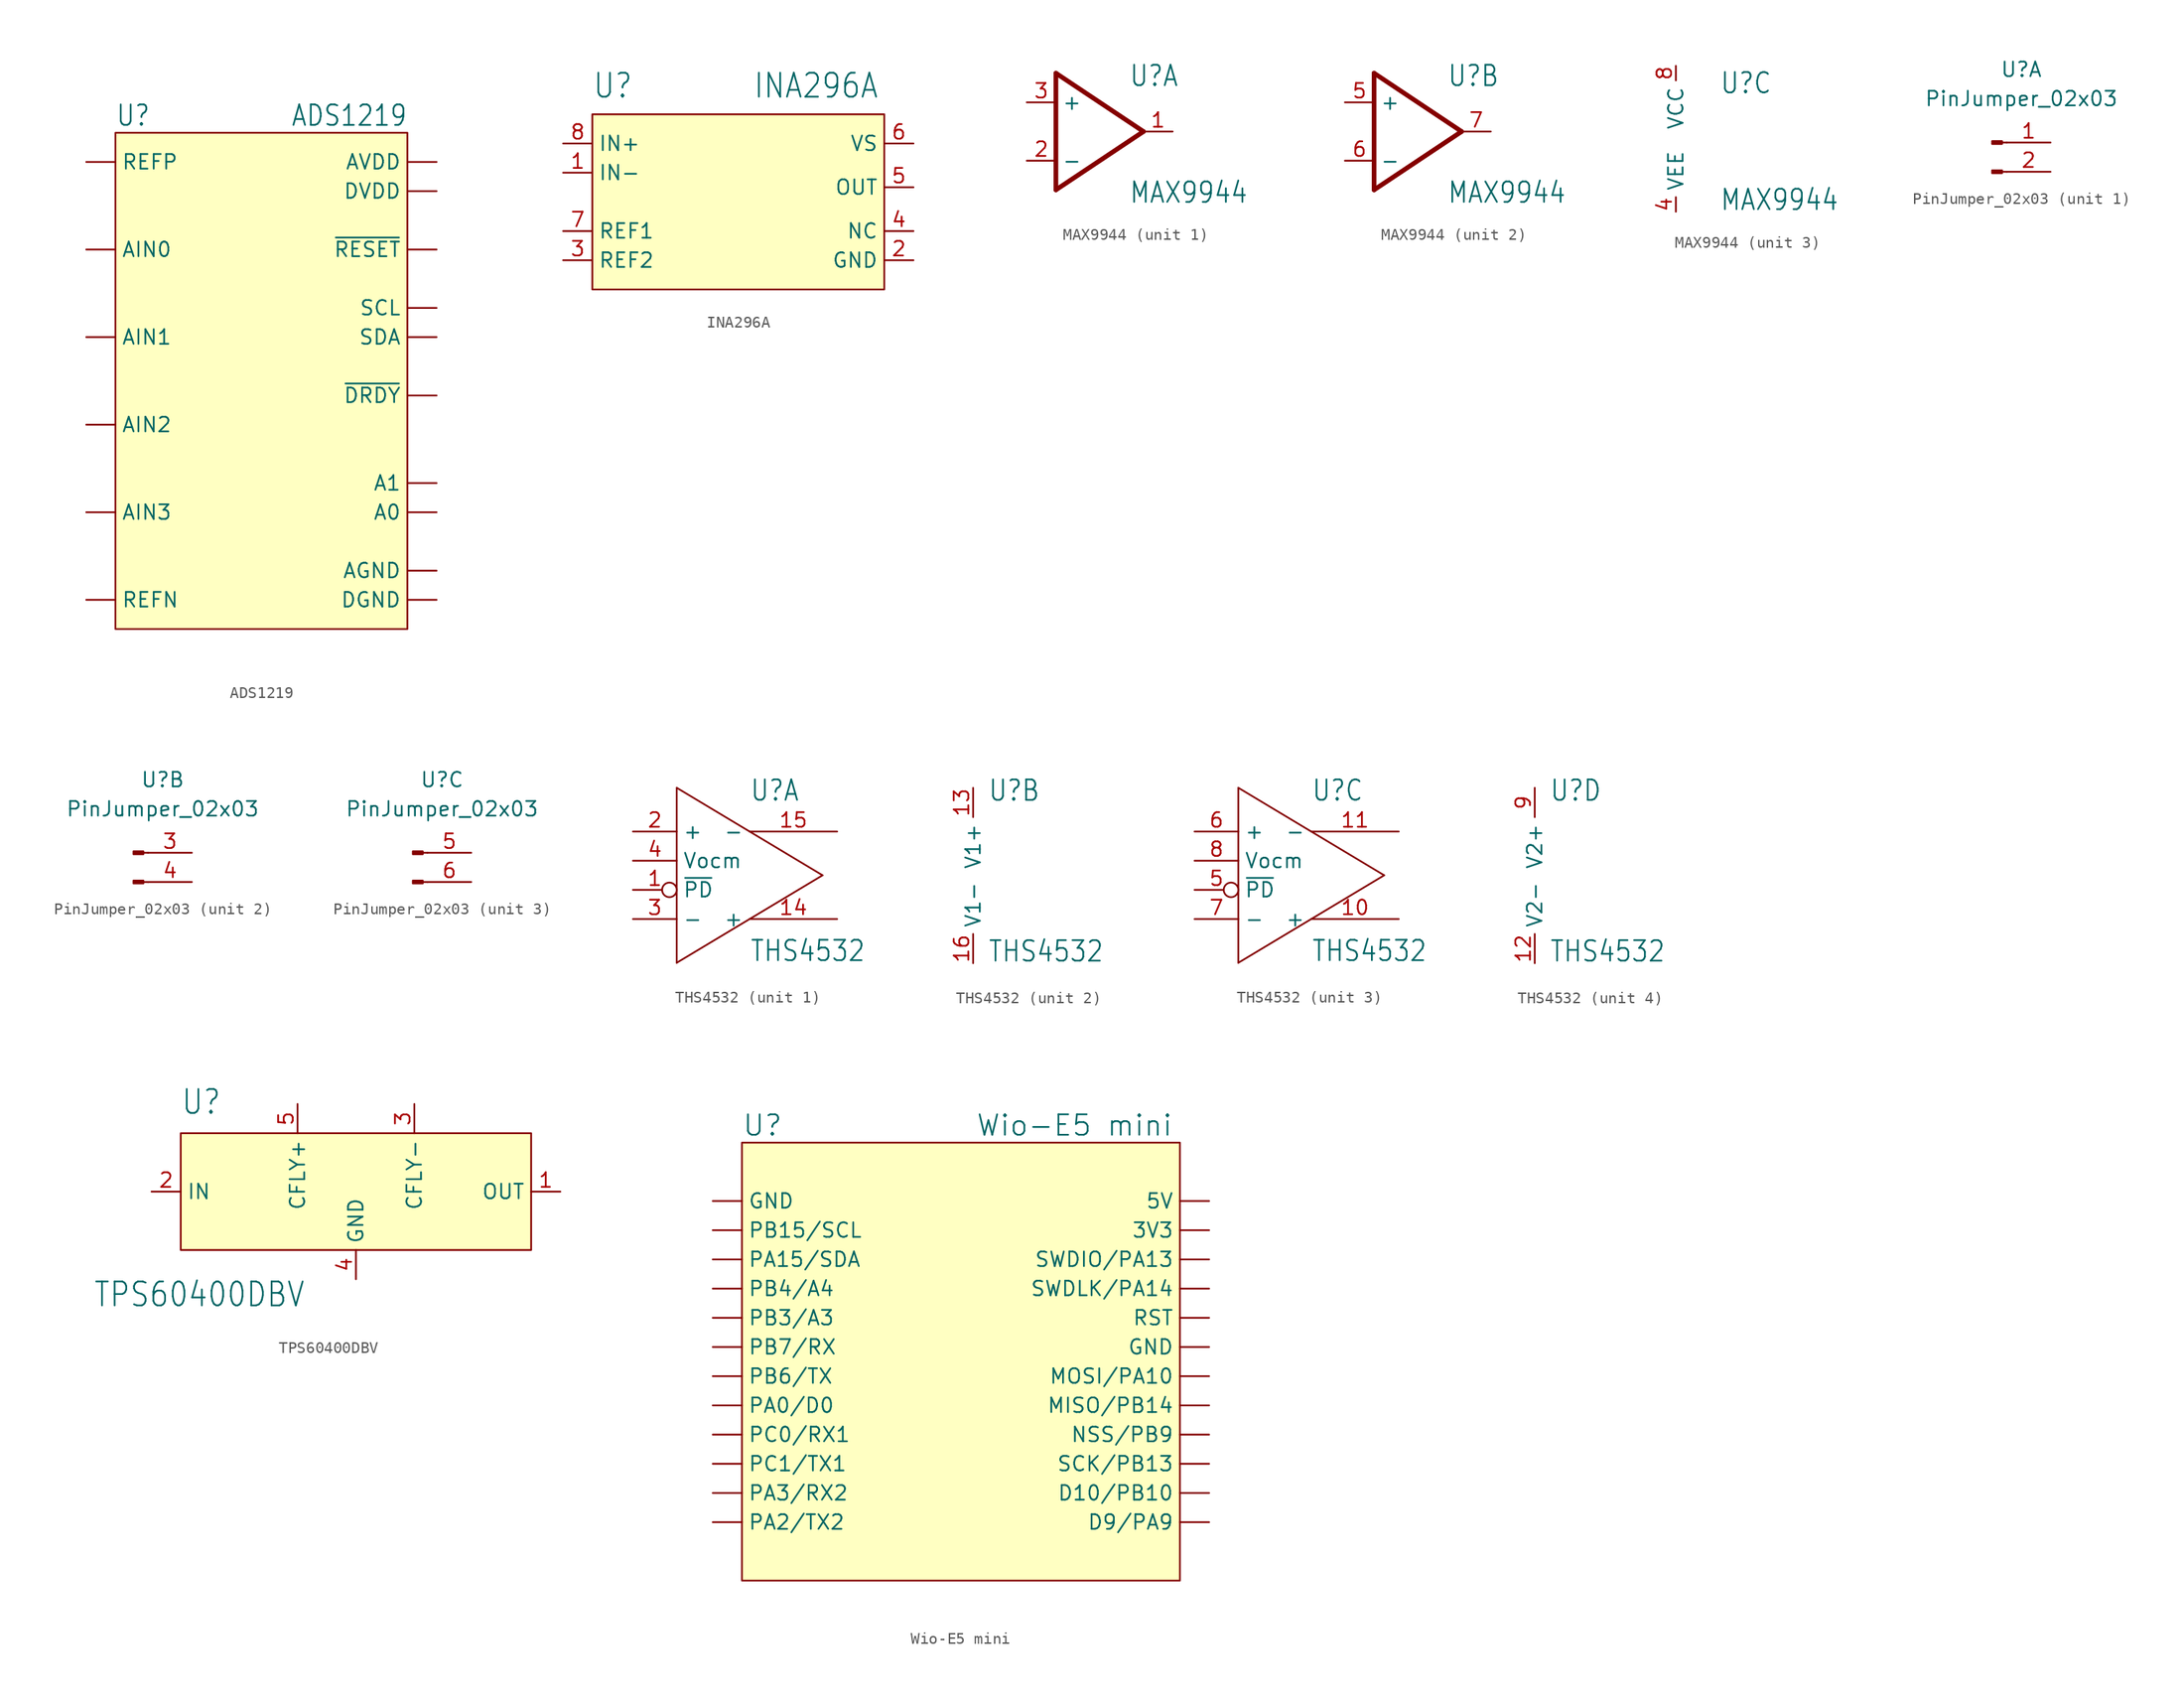
<source format=kicad_sym>
(kicad_symbol_lib
  (version 20220914)
  (generator kicad_symbol_editor)
  (symbol "ADS1219"
    (property "Reference" "U"
      (at -12.7 22.86 0)
      (effects (font (size 1.778 1.511)) (justify left top)))
    (property "Value" "ADS1219"
      (at 2.54 22.86 0)
      (effects (font (size 1.778 1.511)) (justify left top)))
    (symbol "ADS1219_1_0"
      (pin bidirectional line (at 15.24 -12.7 180) (length 2.54) (name "A0" (effects (font (size 1.27 1.27)))) (number "PIN1" (effects (font (size 0 0)))))
      (pin bidirectional line (at -15.24 2.54 0) (length 2.54) (name "AIN1" (effects (font (size 1.27 1.27)))) (number "PIN10" (effects (font (size 0 0)))))
      (pin bidirectional line (at -15.24 10.16 0) (length 2.54) (name "AIN0" (effects (font (size 1.27 1.27)))) (number "PIN11" (effects (font (size 0 0)))))
      (pin bidirectional line (at 15.24 17.78 180) (length 2.54) (name "AVDD" (effects (font (size 1.27 1.27)))) (number "PIN12" (effects (font (size 0 0)))))
      (pin bidirectional line (at 15.24 15.24 180) (length 2.54) (name "DVDD" (effects (font (size 1.27 1.27)))) (number "PIN13" (effects (font (size 0 0)))))
      (pin bidirectional line (at 15.24 -2.54 180) (length 2.54) (name "~{DRDY}" (effects (font (size 1.27 1.27)))) (number "PIN14" (effects (font (size 0 0)))))
      (pin bidirectional line (at 15.24 2.54 180) (length 2.54) (name "SDA" (effects (font (size 1.27 1.27)))) (number "PIN15" (effects (font (size 0 0)))))
      (pin bidirectional line (at 15.24 5.08 180) (length 2.54) (name "SCL" (effects (font (size 1.27 1.27)))) (number "PIN16" (effects (font (size 0 0)))))
      (pin bidirectional line (at 15.24 -10.16 180) (length 2.54) (name "A1" (effects (font (size 1.27 1.27)))) (number "PIN2" (effects (font (size 0 0)))))
      (pin bidirectional line (at 15.24 10.16 180) (length 2.54) (name "~{RESET}" (effects (font (size 1.27 1.27)))) (number "PIN3" (effects (font (size 0 0)))))
      (pin bidirectional line (at 15.24 -20.32 180) (length 2.54) (name "DGND" (effects (font (size 1.27 1.27)))) (number "PIN4" (effects (font (size 0 0)))))
      (pin bidirectional line (at 15.24 -17.78 180) (length 2.54) (name "AGND" (effects (font (size 1.27 1.27)))) (number "PIN5" (effects (font (size 0 0)))))
      (pin bidirectional line (at -15.24 -12.7 0) (length 2.54) (name "AIN3" (effects (font (size 1.27 1.27)))) (number "PIN6" (effects (font (size 0 0)))))
      (pin bidirectional line (at -15.24 -5.08 0) (length 2.54) (name "AIN2" (effects (font (size 1.27 1.27)))) (number "PIN7" (effects (font (size 0 0)))))
      (pin bidirectional line (at -15.24 -20.32 0) (length 2.54) (name "REFN" (effects (font (size 1.27 1.27)))) (number "PIN8" (effects (font (size 0 0)))))
      (pin bidirectional line (at -15.24 17.78 0) (length 2.54) (name "REFP" (effects (font (size 1.27 1.27)))) (number "PIN9" (effects (font (size 0 0))))))
    (symbol "ADS1219_1_1"
      (rectangle (start -12.7 20.32) (end 12.7 -22.86) (stroke (width 0) (type default)) (fill (type background)))))
  (symbol "INA296A"
    (property "Reference" "U"
      (at -12.7 7.62 0)
      (effects (font (size 2.083 1.77)) (justify left bottom)))
    (property "Value" "INA296A"
      (at 1.27 7.62 0)
      (effects (font (size 2.083 1.77)) (justify left bottom)))
    (symbol "INA296A_1_0"
      (pin input line (at -15.24 1.27 0) (length 2.54) (name "IN-" (effects (font (size 1.27 1.27)))) (number "1" (effects (font (size 1.27 1.27)))))
      (pin power_in line (at 15.24 -6.35 180) (length 2.54) (name "GND" (effects (font (size 1.27 1.27)))) (number "2" (effects (font (size 1.27 1.27)))))
      (pin bidirectional line (at -15.24 -6.35 0) (length 2.54) (name "REF2" (effects (font (size 1.27 1.27)))) (number "3" (effects (font (size 1.27 1.27)))))
      (pin passive line (at 15.24 -3.81 180) (length 2.54) (name "NC" (effects (font (size 1.27 1.27)))) (number "4" (effects (font (size 1.27 1.27)))))
      (pin output line (at 15.24 0 180) (length 2.54) (name "OUT" (effects (font (size 1.27 1.27)))) (number "5" (effects (font (size 1.27 1.27)))))
      (pin power_in line (at 15.24 3.81 180) (length 2.54) (name "VS" (effects (font (size 1.27 1.27)))) (number "6" (effects (font (size 1.27 1.27)))))
      (pin bidirectional line (at -15.24 -3.81 0) (length 2.54) (name "REF1" (effects (font (size 1.27 1.27)))) (number "7" (effects (font (size 1.27 1.27)))))
      (pin input line (at -15.24 3.81 0) (length 2.54) (name "IN+" (effects (font (size 1.27 1.27)))) (number "8" (effects (font (size 1.27 1.27))))))
    (symbol "INA296A_1_1"
      (rectangle (start -12.7 6.35) (end 12.7 -8.89) (stroke (width 0) (type default)) (fill (type background)))))
  (symbol "MAX9944"
    (property "Reference" "U"
      (at 3.81 3.81 0)
      (effects (font (size 1.778 1.511)) (justify left bottom)))
    (property "Value" "MAX9944"
      (at 3.81 -6.35 0)
      (effects (font (size 1.778 1.511)) (justify left bottom)))
    (property "ki_locked" ""
      (at 0 0 0)
      (effects (font (size 1.27 1.27))))
    (symbol "MAX9944_1_0"
      (polyline (pts (xy -2.54 -5.08) (xy 5.08 0)) (stroke (width 0.406) (type solid)) (fill (type none)))
      (polyline (pts (xy -2.54 5.08) (xy -2.54 -5.08)) (stroke (width 0.406) (type solid)) (fill (type none)))
      (polyline (pts (xy 5.08 0) (xy -2.54 5.08)) (stroke (width 0.406) (type solid)) (fill (type none)))
      (pin output line (at 7.62 0 180) (length 2.54) (name "OUT" (effects (font (size 0 0)))) (number "1" (effects (font (size 1.27 1.27)))))
      (pin input line (at -5.08 -2.54 0) (length 2.54) (name "-" (effects (font (size 1.27 1.27)))) (number "2" (effects (font (size 1.27 1.27)))))
      (pin input line (at -5.08 2.54 0) (length 2.54) (name "+" (effects (font (size 1.27 1.27)))) (number "3" (effects (font (size 1.27 1.27))))))
    (symbol "MAX9944_2_0"
      (polyline (pts (xy -2.54 -5.08) (xy 5.08 0)) (stroke (width 0.406) (type solid)) (fill (type none)))
      (polyline (pts (xy -2.54 5.08) (xy -2.54 -5.08)) (stroke (width 0.406) (type solid)) (fill (type none)))
      (polyline (pts (xy 5.08 0) (xy -2.54 5.08)) (stroke (width 0.406) (type solid)) (fill (type none)))
      (pin input line (at -5.08 2.54 0) (length 2.54) (name "+" (effects (font (size 1.27 1.27)))) (number "5" (effects (font (size 1.27 1.27)))))
      (pin input line (at -5.08 -2.54 0) (length 2.54) (name "-" (effects (font (size 1.27 1.27)))) (number "6" (effects (font (size 1.27 1.27)))))
      (pin output line (at 7.62 0 180) (length 2.54) (name "OUT" (effects (font (size 0 0)))) (number "7" (effects (font (size 1.27 1.27))))))
    (symbol "MAX9944_3_0"
      (pin power_in line (at 0 -6.35 90) (length 1.27) (name "VEE" (effects (font (size 1.27 1.27)))) (number "4" (effects (font (size 1.27 1.27)))))
      (pin power_in line (at 0 6.35 270) (length 1.27) (name "VCC" (effects (font (size 1.27 1.27)))) (number "8" (effects (font (size 1.27 1.27)))))))
  (symbol "PinJumper_02x03"
    (property "Reference" "U"
      (at 0 7.62 0)
      (effects (font (size 1.27 1.27))))
    (property "Value" "PinJumper_02x03"
      (at 0 5.08 0)
      (effects (font (size 1.27 1.27))))
    (symbol "PinJumper_02x03_1_1"
      (rectangle (start -2.54 1.397) (end -1.676 1.143) (stroke (width 0.152) (type default)) (fill (type outline)))
      (rectangle (start -1.676 -1.143) (end -2.54 -1.397) (stroke (width 0.152) (type default)) (fill (type outline)))
      (polyline (pts (xy -1.27 -1.27) (xy -1.676 -1.27)) (stroke (width 0.152) (type default)) (fill (type none)))
      (polyline (pts (xy -1.27 1.27) (xy -1.676 1.27)) (stroke (width 0.152) (type default)) (fill (type none)))
      (pin passive line (at 2.54 1.27 180) (length 3.81) (name "Pin_1" (effects (font (size 0 0)))) (number "1" (effects (font (size 1.27 1.27)))))
      (pin passive line (at 2.54 -1.27 180) (length 3.81) (name "Pin_2" (effects (font (size 0 0)))) (number "2" (effects (font (size 1.27 1.27))))))
    (symbol "PinJumper_02x03_2_1"
      (rectangle (start -2.54 1.397) (end -1.676 1.143) (stroke (width 0.152) (type default)) (fill (type outline)))
      (rectangle (start -1.676 -1.143) (end -2.54 -1.397) (stroke (width 0.152) (type default)) (fill (type outline)))
      (polyline (pts (xy -1.27 -1.27) (xy -1.676 -1.27)) (stroke (width 0.152) (type default)) (fill (type none)))
      (polyline (pts (xy -1.27 1.27) (xy -1.676 1.27)) (stroke (width 0.152) (type default)) (fill (type none)))
      (pin passive line (at 2.54 1.27 180) (length 3.81) (name "Pin_3" (effects (font (size 0 0)))) (number "3" (effects (font (size 1.27 1.27)))))
      (pin passive line (at 2.54 -1.27 180) (length 3.81) (name "Pin_4" (effects (font (size 0 0)))) (number "4" (effects (font (size 1.27 1.27))))))
    (symbol "PinJumper_02x03_3_1"
      (rectangle (start -2.54 1.397) (end -1.676 1.143) (stroke (width 0.152) (type default)) (fill (type outline)))
      (rectangle (start -1.676 -1.143) (end -2.54 -1.397) (stroke (width 0.152) (type default)) (fill (type outline)))
      (polyline (pts (xy -1.27 -1.27) (xy -1.676 -1.27)) (stroke (width 0.152) (type default)) (fill (type none)))
      (polyline (pts (xy -1.27 1.27) (xy -1.676 1.27)) (stroke (width 0.152) (type default)) (fill (type none)))
      (pin passive line (at 2.54 1.27 180) (length 3.81) (name "Pin_5" (effects (font (size 0 0)))) (number "5" (effects (font (size 1.27 1.27)))))
      (pin passive line (at 2.54 -1.27 180) (length 3.81) (name "Pin_6" (effects (font (size 0 0)))) (number "6" (effects (font (size 1.27 1.27)))))))
  (symbol "THS4532"
    (property "Reference" "U"
      (at 1.27 6.35 0)
      (effects (font (size 1.778 1.511)) (justify left bottom)))
    (property "Value" "THS4532"
      (at 1.27 -7.62 0)
      (effects (font (size 1.778 1.511)) (justify left bottom)))
    (property "ki_locked" ""
      (at 0 0 0)
      (effects (font (size 1.27 1.27))))
    (symbol "THS4532_1_0"
      (polyline (pts (xy -5.08 -7.62) (xy -5.08 7.62)) (stroke (width 0.152) (type solid)) (fill (type none)))
      (polyline (pts (xy -5.08 7.62) (xy 7.62 0)) (stroke (width 0.152) (type solid)) (fill (type none)))
      (polyline (pts (xy 7.62 0) (xy -5.08 -7.62)) (stroke (width 0.152) (type solid)) (fill (type none)))
      (pin input inverted (at -8.89 -1.27 0) (length 3.81) (name "~{PD}" (effects (font (size 1.27 1.27)))) (number "1" (effects (font (size 1.27 1.27)))))
      (pin output line (at 8.89 -3.81 180) (length 7.62) (name "+" (effects (font (size 1.27 1.27)))) (number "14" (effects (font (size 1.27 1.27)))))
      (pin output line (at 8.89 3.81 180) (length 7.62) (name "-" (effects (font (size 1.27 1.27)))) (number "15" (effects (font (size 1.27 1.27)))))
      (pin input line (at -8.89 3.81 0) (length 3.81) (name "+" (effects (font (size 1.27 1.27)))) (number "2" (effects (font (size 1.27 1.27)))))
      (pin input line (at -8.89 -3.81 0) (length 3.81) (name "-" (effects (font (size 1.27 1.27)))) (number "3" (effects (font (size 1.27 1.27)))))
      (pin input line (at -8.89 1.27 0) (length 3.81) (name "Vocm" (effects (font (size 1.27 1.27)))) (number "4" (effects (font (size 1.27 1.27))))))
    (symbol "THS4532_2_0"
      (pin power_in line (at 0 7.62 270) (length 2.54) (name "V1+" (effects (font (size 1.27 1.27)))) (number "13" (effects (font (size 1.27 1.27)))))
      (pin power_in line (at 0 -7.62 90) (length 2.54) (name "V1-" (effects (font (size 1.27 1.27)))) (number "16" (effects (font (size 1.27 1.27))))))
    (symbol "THS4532_3_0"
      (polyline (pts (xy -5.08 -7.62) (xy -5.08 7.62)) (stroke (width 0.152) (type solid)) (fill (type none)))
      (polyline (pts (xy -5.08 7.62) (xy 7.62 0)) (stroke (width 0.152) (type solid)) (fill (type none)))
      (polyline (pts (xy 7.62 0) (xy -5.08 -7.62)) (stroke (width 0.152) (type solid)) (fill (type none)))
      (pin output line (at 8.89 -3.81 180) (length 7.62) (name "+" (effects (font (size 1.27 1.27)))) (number "10" (effects (font (size 1.27 1.27)))))
      (pin output line (at 8.89 3.81 180) (length 7.62) (name "-" (effects (font (size 1.27 1.27)))) (number "11" (effects (font (size 1.27 1.27)))))
      (pin input inverted (at -8.89 -1.27 0) (length 3.81) (name "~{PD}" (effects (font (size 1.27 1.27)))) (number "5" (effects (font (size 1.27 1.27)))))
      (pin input line (at -8.89 3.81 0) (length 3.81) (name "+" (effects (font (size 1.27 1.27)))) (number "6" (effects (font (size 1.27 1.27)))))
      (pin input line (at -8.89 -3.81 0) (length 3.81) (name "-" (effects (font (size 1.27 1.27)))) (number "7" (effects (font (size 1.27 1.27)))))
      (pin input line (at -8.89 1.27 0) (length 3.81) (name "Vocm" (effects (font (size 1.27 1.27)))) (number "8" (effects (font (size 1.27 1.27))))))
    (symbol "THS4532_4_0"
      (pin power_in line (at 0 -7.62 90) (length 2.54) (name "V2-" (effects (font (size 1.27 1.27)))) (number "12" (effects (font (size 1.27 1.27)))))
      (pin power_in line (at 0 7.62 270) (length 2.54) (name "V2+" (effects (font (size 1.27 1.27)))) (number "9" (effects (font (size 1.27 1.27)))))))
  (symbol "TPS60400DBV"
    (property "Reference" "U"
      (at -15.24 6.579 0)
      (effects (font (size 2.083 1.77)) (justify left bottom)))
    (property "Value" "TPS60400DBV"
      (at -22.86 -10.16 0)
      (effects (font (size 2.083 1.77)) (justify left bottom)))
    (symbol "TPS60400DBV_1_0"
      (pin power_out line (at 17.78 0 180) (length 2.54) (name "OUT" (effects (font (size 1.27 1.27)))) (number "1" (effects (font (size 1.27 1.27)))))
      (pin input line (at -17.78 0 0) (length 2.54) (name "IN" (effects (font (size 1.27 1.27)))) (number "2" (effects (font (size 1.27 1.27)))))
      (pin passive line (at 5.08 7.62 270) (length 2.54) (name "CFLY-" (effects (font (size 1.27 1.27)))) (number "3" (effects (font (size 1.27 1.27)))))
      (pin power_in line (at 0 -7.62 90) (length 2.54) (name "GND" (effects (font (size 1.27 1.27)))) (number "4" (effects (font (size 1.27 1.27)))))
      (pin passive line (at -5.08 7.62 270) (length 2.54) (name "CFLY+" (effects (font (size 1.27 1.27)))) (number "5" (effects (font (size 1.27 1.27))))))
    (symbol "TPS60400DBV_1_1"
      (rectangle (start -15.24 5.08) (end 15.24 -5.08) (stroke (width 0) (type default)) (fill (type background)))))
  (symbol "Wio-E5 mini"
    (property "Reference" "U"
      (at -17.78 20.32 0)
      (effects (font (size 1.778 1.778)) (justify left top)))
    (property "Value" "Wio-E5 mini"
      (at 2.54 20.32 0)
      (effects (font (size 1.778 1.778)) (justify left top)))
    (symbol "Wio-E5 mini_1_0"
      (pin power_in line (at -20.32 12.7 0) (length 2.54) (name "GND" (effects (font (size 1.27 1.27)))) (number "1" (effects (font (size 0 0)))))
      (pin bidirectional line (at -20.32 -10.16 0) (length 2.54) (name "PC1/TX1" (effects (font (size 1.27 1.27)))) (number "10" (effects (font (size 0 0)))))
      (pin bidirectional line (at -20.32 -12.7 0) (length 2.54) (name "PA3/RX2" (effects (font (size 1.27 1.27)))) (number "11" (effects (font (size 0 0)))))
      (pin bidirectional line (at -20.32 -15.24 0) (length 2.54) (name "PA2/TX2" (effects (font (size 1.27 1.27)))) (number "12" (effects (font (size 0 0)))))
      (pin bidirectional line (at 22.86 -15.24 180) (length 2.54) (name "D9/PA9" (effects (font (size 1.27 1.27)))) (number "13" (effects (font (size 0 0)))))
      (pin bidirectional line (at 22.86 -12.7 180) (length 2.54) (name "D10/PB10" (effects (font (size 1.27 1.27)))) (number "14" (effects (font (size 0 0)))))
      (pin bidirectional line (at 22.86 -10.16 180) (length 2.54) (name "SCK/PB13" (effects (font (size 1.27 1.27)))) (number "15" (effects (font (size 0 0)))))
      (pin bidirectional line (at 22.86 -7.62 180) (length 2.54) (name "NSS/PB9" (effects (font (size 1.27 1.27)))) (number "16" (effects (font (size 0 0)))))
      (pin bidirectional line (at 22.86 -5.08 180) (length 2.54) (name "MISO/PB14" (effects (font (size 1.27 1.27)))) (number "17" (effects (font (size 0 0)))))
      (pin bidirectional line (at 22.86 -2.54 180) (length 2.54) (name "MOSI/PA10" (effects (font (size 1.27 1.27)))) (number "18" (effects (font (size 0 0)))))
      (pin power_in line (at 22.86 0 180) (length 2.54) (name "GND" (effects (font (size 1.27 1.27)))) (number "19" (effects (font (size 0 0)))))
      (pin bidirectional line (at -20.32 10.16 0) (length 2.54) (name "PB15/SCL" (effects (font (size 1.27 1.27)))) (number "2" (effects (font (size 0 0)))))
      (pin bidirectional line (at 22.86 2.54 180) (length 2.54) (name "RST" (effects (font (size 1.27 1.27)))) (number "20" (effects (font (size 0 0)))))
      (pin bidirectional line (at 22.86 5.08 180) (length 2.54) (name "SWDLK/PA14" (effects (font (size 1.27 1.27)))) (number "21" (effects (font (size 0 0)))))
      (pin bidirectional line (at 22.86 7.62 180) (length 2.54) (name "SWDIO/PA13" (effects (font (size 1.27 1.27)))) (number "22" (effects (font (size 0 0)))))
      (pin power_in line (at 22.86 10.16 180) (length 2.54) (name "3V3" (effects (font (size 1.27 1.27)))) (number "23" (effects (font (size 0 0)))))
      (pin power_in line (at 22.86 12.7 180) (length 2.54) (name "5V" (effects (font (size 1.27 1.27)))) (number "24" (effects (font (size 0 0)))))
      (pin bidirectional line (at -20.32 7.62 0) (length 2.54) (name "PA15/SDA" (effects (font (size 1.27 1.27)))) (number "3" (effects (font (size 0 0)))))
      (pin bidirectional line (at -20.32 5.08 0) (length 2.54) (name "PB4/A4" (effects (font (size 1.27 1.27)))) (number "4" (effects (font (size 0 0)))))
      (pin bidirectional line (at -20.32 2.54 0) (length 2.54) (name "PB3/A3" (effects (font (size 1.27 1.27)))) (number "5" (effects (font (size 0 0)))))
      (pin bidirectional line (at -20.32 0 0) (length 2.54) (name "PB7/RX" (effects (font (size 1.27 1.27)))) (number "6" (effects (font (size 0 0)))))
      (pin bidirectional line (at -20.32 -2.54 0) (length 2.54) (name "PB6/TX" (effects (font (size 1.27 1.27)))) (number "7" (effects (font (size 0 0)))))
      (pin bidirectional line (at -20.32 -5.08 0) (length 2.54) (name "PA0/D0" (effects (font (size 1.27 1.27)))) (number "8" (effects (font (size 0 0)))))
      (pin bidirectional line (at -20.32 -7.62 0) (length 2.54) (name "PC0/RX1" (effects (font (size 1.27 1.27)))) (number "9" (effects (font (size 0 0))))))
    (symbol "Wio-E5 mini_1_1"
      (rectangle (start -17.78 17.78) (end 20.32 -20.32) (stroke (width 0) (type default)) (fill (type background))))))
</source>
